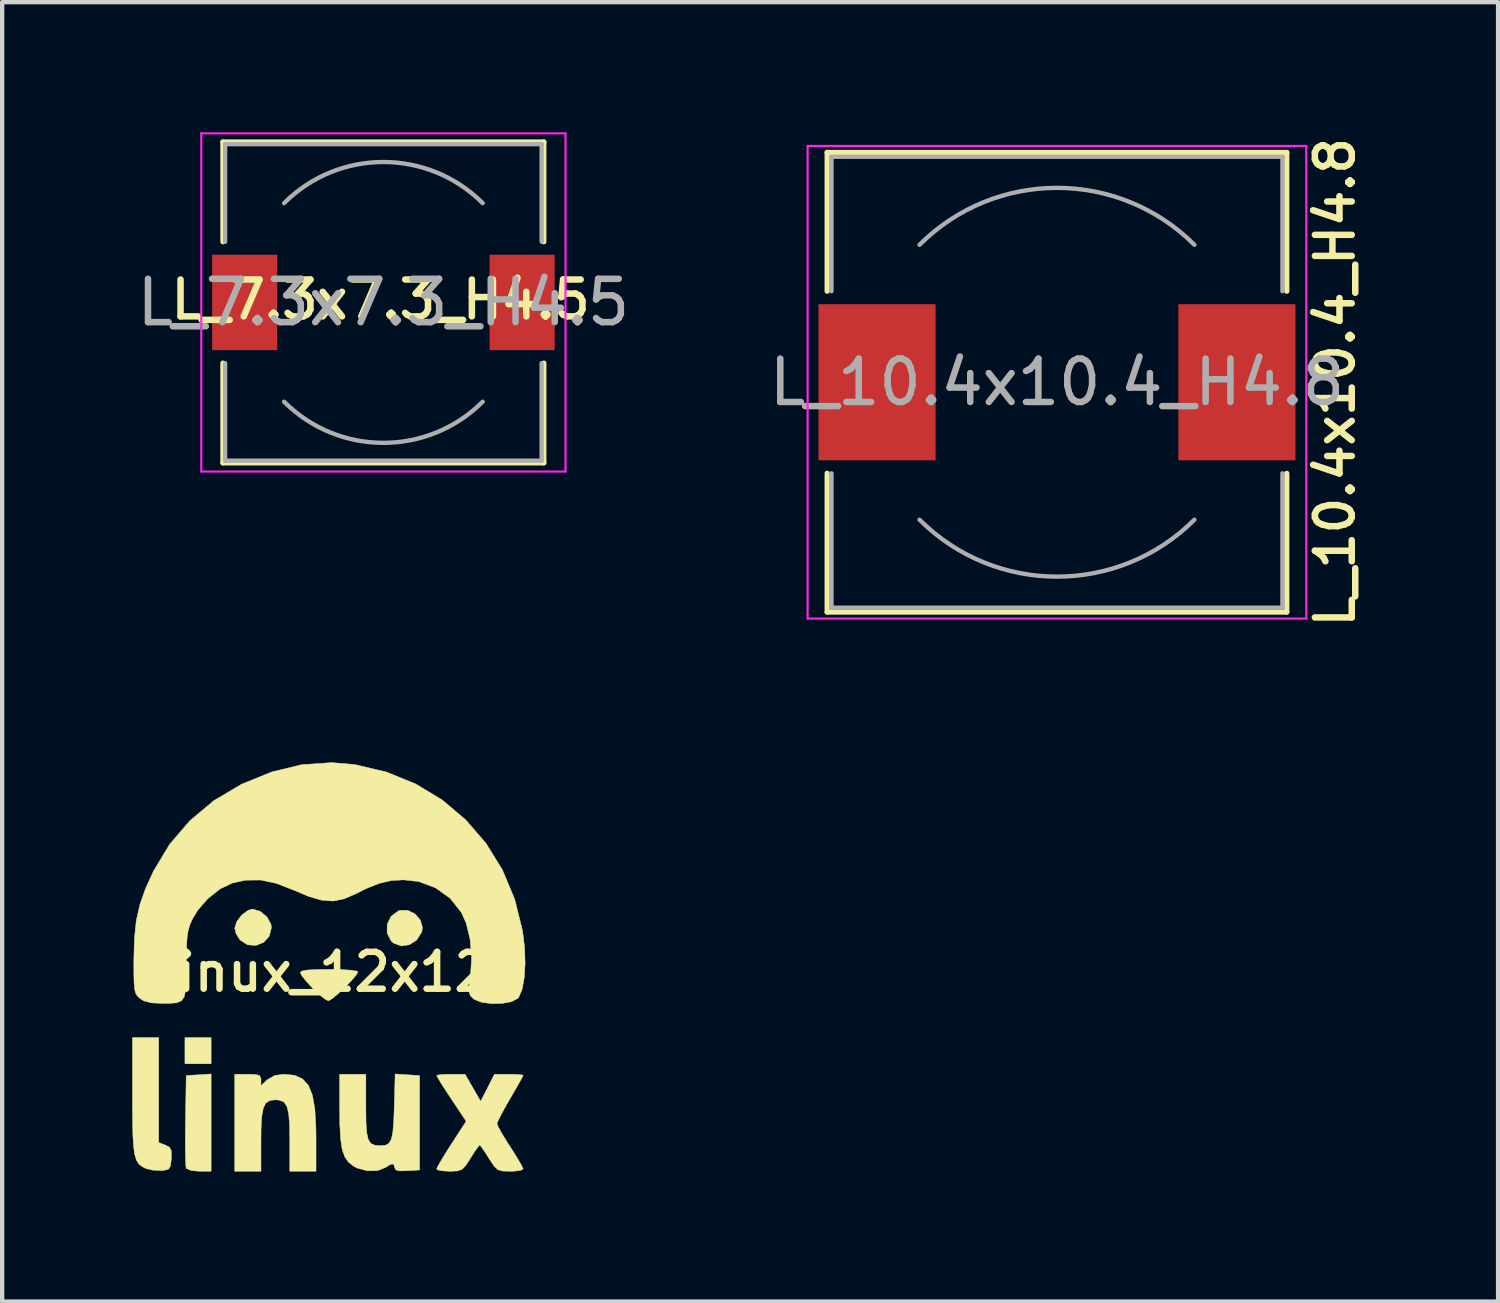
<source format=kicad_pcb>
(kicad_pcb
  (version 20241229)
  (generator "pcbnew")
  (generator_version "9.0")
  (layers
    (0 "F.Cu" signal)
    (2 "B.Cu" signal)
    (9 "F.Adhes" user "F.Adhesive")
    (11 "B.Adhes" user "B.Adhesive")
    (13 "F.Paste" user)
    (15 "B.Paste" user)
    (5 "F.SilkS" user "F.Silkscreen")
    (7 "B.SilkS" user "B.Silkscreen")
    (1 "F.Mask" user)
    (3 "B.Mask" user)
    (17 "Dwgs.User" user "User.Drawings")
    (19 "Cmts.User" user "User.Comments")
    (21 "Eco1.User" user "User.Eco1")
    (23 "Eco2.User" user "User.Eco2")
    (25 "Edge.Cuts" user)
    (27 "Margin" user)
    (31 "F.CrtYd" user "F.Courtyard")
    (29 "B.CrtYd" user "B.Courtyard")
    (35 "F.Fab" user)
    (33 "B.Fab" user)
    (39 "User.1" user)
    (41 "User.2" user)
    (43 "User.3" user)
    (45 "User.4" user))
  (footprint "L_7.3x7.3_H4.5"
    (layer "F.Cu")
    (at 5.792 3.925)
    (property "Reference" "L_7.3x7.3_H4.5" (at -0.064 -0.064 180) (layer "F.SilkS") (effects (font (size 0.85 0.85) (thickness 0.15))))
    (attr smd)
    (fp_line (start -3.7 -3.7) (end 3.7 -3.7) (stroke (width 0.12) (type solid)) (layer "F.SilkS"))
    (fp_line (start -3.7 -1.4) (end -3.7 -3.7) (stroke (width 0.12) (type solid)) (layer "F.SilkS"))
    (fp_line (start -3.7 3.7) (end -3.7 1.4) (stroke (width 0.12) (type solid)) (layer "F.SilkS"))
    (fp_line (start 3.7 -3.7) (end 3.7 -1.4) (stroke (width 0.12) (type solid)) (layer "F.SilkS"))
    (fp_line (start 3.7 1.4) (end 3.7 3.7) (stroke (width 0.12) (type solid)) (layer "F.SilkS"))
    (fp_line (start 3.7 3.7) (end -3.7 3.7) (stroke (width 0.12) (type solid)) (layer "F.SilkS"))
    (fp_line (start -4.2 -3.9) (end -4.2 3.9) (stroke (width 0.05) (type solid)) (layer "F.CrtYd"))
    (fp_line (start -4.2 3.9) (end 4.2 3.9) (stroke (width 0.05) (type solid)) (layer "F.CrtYd"))
    (fp_line (start 4.2 -3.9) (end -4.2 -3.9) (stroke (width 0.05) (type solid)) (layer "F.CrtYd"))
    (fp_line (start 4.2 3.9) (end 4.2 -3.9) (stroke (width 0.05) (type solid)) (layer "F.CrtYd"))
    (fp_line (start -3.65 -3.65) (end -3.65 -1.4) (stroke (width 0.1) (type solid)) (layer "F.Fab"))
    (fp_line (start -3.65 -3.65) (end 3.65 -3.65) (stroke (width 0.1) (type solid)) (layer "F.Fab"))
    (fp_line (start -3.65 3.65) (end -3.65 1.4) (stroke (width 0.1) (type solid)) (layer "F.Fab"))
    (fp_line (start 3.65 -3.65) (end 3.65 -1.4) (stroke (width 0.1) (type solid)) (layer "F.Fab"))
    (fp_line (start 3.65 3.65) (end -3.65 3.65) (stroke (width 0.1) (type solid)) (layer "F.Fab"))
    (fp_line (start 3.65 3.65) (end 3.65 1.4) (stroke (width 0.1) (type solid)) (layer "F.Fab"))
    (fp_arc (start -2.29 -2.29) (mid 0 -3.238549) (end 2.29 -2.29) (stroke (width 0.1) (type solid)) (layer "F.Fab"))
    (fp_arc (start 2.29 2.29) (mid 0 3.238549) (end -2.29 2.29) (stroke (width 0.1) (type solid)) (layer "F.Fab"))
    (fp_text user "${REFERENCE}" (at 0 0 180) (layer "F.Fab") (effects (font (size 1 1) (thickness 0.15))))
    (pad "1" smd rect (at -3.2 0) (size 1.5 2.2) (layers "F.Cu" "F.Mask" "F.Paste"))
    (pad "2" smd rect (at 3.2 0) (size 1.5 2.2) (layers "F.Cu" "F.Mask" "F.Paste")))
  (footprint "L_10.4x10.4_H4.8"
    (layer "F.Cu")
    (at 21.327 5.766)
    (property "Reference" "L_10.4x10.4_H4.8" (at 6.413 0 90) (layer "F.SilkS") (effects (font (size 0.85 0.85) (thickness 0.15))))
    (attr smd)
    (fp_line (start -5.3 -5.3) (end 5.3 -5.3) (stroke (width 0.12) (type solid)) (layer "F.SilkS"))
    (fp_line (start -5.3 -2.1) (end -5.3 -5.3) (stroke (width 0.12) (type solid)) (layer "F.SilkS"))
    (fp_line (start -5.3 5.3) (end -5.3 2.1) (stroke (width 0.12) (type solid)) (layer "F.SilkS"))
    (fp_line (start 5.3 -5.3) (end 5.3 -2.1) (stroke (width 0.12) (type solid)) (layer "F.SilkS"))
    (fp_line (start 5.3 2.1) (end 5.3 5.3) (stroke (width 0.12) (type solid)) (layer "F.SilkS"))
    (fp_line (start 5.3 5.3) (end -5.3 5.3) (stroke (width 0.12) (type solid)) (layer "F.SilkS"))
    (fp_line (start -5.75 -5.45) (end -5.75 5.45) (stroke (width 0.05) (type solid)) (layer "F.CrtYd"))
    (fp_line (start -5.75 5.45) (end 5.75 5.45) (stroke (width 0.05) (type solid)) (layer "F.CrtYd"))
    (fp_line (start 5.75 -5.45) (end -5.75 -5.45) (stroke (width 0.05) (type solid)) (layer "F.CrtYd"))
    (fp_line (start 5.75 5.45) (end 5.75 -5.45) (stroke (width 0.05) (type solid)) (layer "F.CrtYd"))
    (fp_line (start -5.2 -5.2) (end -5.2 -2.1) (stroke (width 0.1) (type solid)) (layer "F.Fab"))
    (fp_line (start -5.2 -5.2) (end 5.2 -5.2) (stroke (width 0.1) (type solid)) (layer "F.Fab"))
    (fp_line (start -5.2 5.2) (end -5.2 2.1) (stroke (width 0.1) (type solid)) (layer "F.Fab"))
    (fp_line (start -5.2 5.2) (end 5.2 5.2) (stroke (width 0.1) (type solid)) (layer "F.Fab"))
    (fp_line (start 5.2 -5.2) (end 5.2 -2.1) (stroke (width 0.1) (type solid)) (layer "F.Fab"))
    (fp_line (start 5.2 5.2) (end 5.2 2.1) (stroke (width 0.1) (type solid)) (layer "F.Fab"))
    (fp_arc (start -3.17 -3.17) (mid 0 -4.483057) (end 3.17 -3.17) (stroke (width 0.1) (type solid)) (layer "F.Fab"))
    (fp_arc (start 3.17 3.17) (mid 0 4.483057) (end -3.17 3.17) (stroke (width 0.1) (type solid)) (layer "F.Fab"))
    (fp_text user "${REFERENCE}" (at 0 0 0) (layer "F.Fab") (effects (font (size 1 1) (thickness 0.15))))
    (pad "1" smd rect (at -4.15 0) (size 2.7 3.6) (layers "F.Cu" "F.Mask" "F.Paste"))
    (pad "2" smd rect (at 4.15 0) (size 2.7 3.6) (layers "F.Cu" "F.Mask" "F.Paste")))
  (footprint "Linux_12x12"
    (layer "F.Cu")
    (at 4.299 19.367)
    (property "Reference" "Linux_12x12" (at 0 0 0) (layer "F.SilkS") (effects (font (size 0.85 0.85) (thickness 0.15))))
    (attr through_hole)
    (fp_poly (pts (xy -2.48 2.117) (xy -3.084 2.117) (xy -3.084 1.512) (xy -2.48 1.512) (xy -2.48 2.117)) (stroke (width 0.01) (type solid)) (fill yes) (layer "F.SilkS"))
    (fp_poly (pts (xy -2.48 4.596) (xy -2.754 4.596) (xy -2.944 4.579) (xy -3.048 4.533) (xy -3.057 4.518) (xy -3.066 4.434) (xy -3.072 4.251) (xy -3.075 3.991) (xy -3.074 3.674) (xy -3.071 3.415) (xy -3.054 2.389) (xy -2.48 2.352) (xy -2.48 4.596)) (stroke (width 0.01) (type solid)) (fill yes) (layer "F.SilkS"))
    (fp_poly (pts (xy 2.22 -1.341) (xy 2.344 -1.199) (xy 2.395 -1.027) (xy 2.378 -0.923) (xy 2.263 -0.739) (xy 2.095 -0.629) (xy 1.906 -0.6) (xy 1.73 -0.664) (xy 1.672 -0.715) (xy 1.579 -0.898) (xy 1.581 -1.1) (xy 1.669 -1.282) (xy 1.833 -1.406) (xy 1.867 -1.419) (xy 2.051 -1.423) (xy 2.22 -1.341)) (stroke (width 0.01) (type solid)) (fill yes) (layer "F.SilkS"))
    (fp_poly (pts (xy -1.347 -1.399) (xy -1.192 -1.269) (xy -1.099 -1.1) (xy -1.089 -1.024) (xy -1.139 -0.825) (xy -1.269 -0.683) (xy -1.446 -0.613) (xy -1.637 -0.626) (xy -1.81 -0.735) (xy -1.812 -0.737) (xy -1.903 -0.882) (xy -1.935 -1.012) (xy -1.888 -1.163) (xy -1.772 -1.314) (xy -1.627 -1.422) (xy -1.523 -1.451) (xy -1.347 -1.399)) (stroke (width 0.01) (type solid)) (fill yes) (layer "F.SilkS"))
    (fp_poly (pts (xy 0.522 -0.056) (xy 0.74 -0.042) (xy 0.874 -0.022) (xy 0.907 -0.003) (xy 0.865 0.072) (xy 0.758 0.198) (xy 0.614 0.347) (xy 0.459 0.492) (xy 0.323 0.607) (xy 0.232 0.663) (xy 0.222 0.665) (xy 0.144 0.625) (xy 0.012 0.519) (xy -0.138 0.376) (xy -0.283 0.218) (xy -0.386 0.087) (xy -0.423 0.013) (xy -0.384 -0.022) (xy -0.259 -0.045) (xy -0.035 -0.057) (xy 0.242 -0.06) (xy 0.522 -0.056)) (stroke (width 0.01) (type solid)) (fill yes) (layer "F.SilkS"))
    (fp_poly (pts (xy -3.689 3.934) (xy -3.534 3.993) (xy -3.437 4.045) (xy -3.397 4.128) (xy -3.397 4.285) (xy -3.398 4.309) (xy -3.417 4.471) (xy -3.461 4.547) (xy -3.561 4.574) (xy -3.629 4.579) (xy -3.813 4.572) (xy -3.967 4.539) (xy -3.97 4.538) (xy -4.069 4.49) (xy -4.146 4.428) (xy -4.203 4.338) (xy -4.243 4.205) (xy -4.269 4.013) (xy -4.285 3.747) (xy -4.292 3.393) (xy -4.294 2.935) (xy -4.294 2.859) (xy -4.294 1.512) (xy -3.689 1.512) (xy -3.689 3.934)) (stroke (width 0.01) (type solid)) (fill yes) (layer "F.SilkS"))
    (fp_poly (pts (xy -1.452 2.364) (xy -1.362 2.39) (xy -1.332 2.45) (xy -1.33 2.49) (xy -1.33 2.622) (xy -1.191 2.49) (xy -1.012 2.386) (xy -0.795 2.359) (xy -0.557 2.383) (xy -0.372 2.465) (xy -0.236 2.615) (xy -0.143 2.844) (xy -0.087 3.165) (xy -0.063 3.588) (xy -0.06 3.811) (xy -0.06 4.596) (xy -0.665 4.596) (xy -0.665 3.882) (xy -0.671 3.522) (xy -0.691 3.266) (xy -0.733 3.097) (xy -0.802 2.999) (xy -0.903 2.956) (xy -0.998 2.948) (xy -1.126 2.964) (xy -1.217 3.022) (xy -1.277 3.139) (xy -1.312 3.331) (xy -1.328 3.616) (xy -1.33 3.882) (xy -1.33 4.596) (xy -1.935 4.596) (xy -1.935 2.359) (xy -1.633 2.359) (xy -1.452 2.364)) (stroke (width 0.01) (type solid)) (fill yes) (layer "F.SilkS"))
    (fp_poly (pts (xy 2.046 2.371) (xy 2.328 2.389) (xy 2.328 4.566) (xy 2.041 4.584) (xy 1.861 4.588) (xy 1.775 4.562) (xy 1.754 4.509) (xy 1.729 4.428) (xy 1.648 4.44) (xy 1.546 4.507) (xy 1.36 4.581) (xy 1.125 4.586) (xy 0.889 4.522) (xy 0.809 4.481) (xy 0.689 4.388) (xy 0.602 4.263) (xy 0.542 4.09) (xy 0.506 3.848) (xy 0.488 3.52) (xy 0.484 3.166) (xy 0.484 2.359) (xy 1.089 2.359) (xy 1.089 3.107) (xy 1.092 3.456) (xy 1.108 3.701) (xy 1.143 3.861) (xy 1.203 3.954) (xy 1.295 3.996) (xy 1.425 4.007) (xy 1.426 4.007) (xy 1.54 3.996) (xy 1.622 3.952) (xy 1.677 3.856) (xy 1.711 3.692) (xy 1.732 3.442) (xy 1.744 3.109) (xy 1.764 2.352) (xy 2.046 2.371)) (stroke (width 0.01) (type solid)) (fill yes) (layer "F.SilkS"))
    (fp_poly (pts (xy 3.557 2.671) (xy 3.737 2.983) (xy 3.896 2.671) (xy 4.054 2.359) (xy 4.386 2.359) (xy 4.567 2.363) (xy 4.688 2.373) (xy 4.717 2.383) (xy 4.688 2.442) (xy 4.611 2.582) (xy 4.498 2.778) (xy 4.415 2.921) (xy 4.286 3.147) (xy 4.184 3.336) (xy 4.124 3.463) (xy 4.112 3.5) (xy 4.144 3.576) (xy 4.227 3.727) (xy 4.348 3.924) (xy 4.415 4.028) (xy 4.548 4.237) (xy 4.651 4.41) (xy 4.71 4.52) (xy 4.717 4.543) (xy 4.663 4.574) (xy 4.524 4.593) (xy 4.414 4.596) (xy 4.242 4.591) (xy 4.132 4.56) (xy 4.045 4.477) (xy 3.941 4.319) (xy 3.925 4.294) (xy 3.822 4.132) (xy 3.744 4.022) (xy 3.714 3.991) (xy 3.671 4.039) (xy 3.586 4.161) (xy 3.502 4.294) (xy 3.393 4.463) (xy 3.306 4.553) (xy 3.201 4.589) (xy 3.039 4.596) (xy 3.019 4.596) (xy 2.848 4.587) (xy 2.74 4.563) (xy 2.721 4.545) (xy 2.752 4.475) (xy 2.836 4.329) (xy 2.959 4.129) (xy 3.062 3.968) (xy 3.402 3.443) (xy 3.062 2.931) (xy 2.919 2.715) (xy 2.806 2.537) (xy 2.737 2.421) (xy 2.721 2.389) (xy 2.776 2.372) (xy 2.917 2.361) (xy 3.049 2.359) (xy 3.377 2.359) (xy 3.557 2.671)) (stroke (width 0.01) (type solid)) (fill yes) (layer "F.SilkS"))
    (fp_poly (pts (xy 0.834 -4.784) (xy 1.564 -4.612) (xy 2.24 -4.336) (xy 2.854 -3.965) (xy 3.396 -3.505) (xy 3.861 -2.966) (xy 4.239 -2.354) (xy 4.522 -1.678) (xy 4.702 -0.952) (xy 4.749 -0.572) (xy 4.762 -0.204) (xy 4.743 0.126) (xy 4.694 0.395) (xy 4.618 0.577) (xy 4.59 0.61) (xy 4.448 0.685) (xy 4.232 0.725) (xy 3.989 0.73) (xy 3.76 0.699) (xy 3.59 0.633) (xy 3.573 0.62) (xy 3.505 0.554) (xy 3.472 0.478) (xy 3.47 0.355) (xy 3.494 0.154) (xy 3.501 0.106) (xy 3.528 -0.324) (xy 3.494 -0.747) (xy 3.403 -1.126) (xy 3.293 -1.371) (xy 3.035 -1.697) (xy 2.7 -1.939) (xy 2.31 -2.085) (xy 1.956 -2.125) (xy 1.67 -2.107) (xy 1.399 -2.044) (xy 1.1 -1.925) (xy 0.863 -1.807) (xy 0.592 -1.688) (xy 0.339 -1.636) (xy 0.075 -1.654) (xy -0.23 -1.742) (xy -0.549 -1.877) (xy -0.968 -2.042) (xy -1.336 -2.121) (xy -1.684 -2.117) (xy -1.987 -2.052) (xy -2.273 -1.916) (xy -2.553 -1.695) (xy -2.791 -1.422) (xy -2.909 -1.226) (xy -2.969 -1.091) (xy -3.009 -0.956) (xy -3.034 -0.793) (xy -3.047 -0.575) (xy -3.052 -0.272) (xy -3.052 -0.164) (xy -3.054 0.18) (xy -3.067 0.421) (xy -3.102 0.578) (xy -3.169 0.668) (xy -3.281 0.711) (xy -3.449 0.724) (xy -3.607 0.725) (xy -3.859 0.712) (xy -4.03 0.667) (xy -4.121 0.61) (xy -4.18 0.556) (xy -4.219 0.493) (xy -4.244 0.397) (xy -4.257 0.245) (xy -4.262 0.016) (xy -4.262 -0.282) (xy -4.249 -0.773) (xy -4.206 -1.185) (xy -4.123 -1.555) (xy -3.993 -1.924) (xy -3.808 -2.328) (xy -3.436 -2.945) (xy -2.97 -3.489) (xy -2.417 -3.952) (xy -1.785 -4.327) (xy -1.784 -4.328) (xy -1.082 -4.614) (xy -0.385 -4.782) (xy 0.305 -4.829) (xy 0.834 -4.784)) (stroke (width 0.01) (type solid)) (fill yes) (layer "F.SilkS")))
  (gr_rect
    (start -3 -3)
    (end 31.501 26.968)
    (stroke (width 0.1) (type default))
    (fill no)
    (layer "Edge.Cuts")))
</source>
